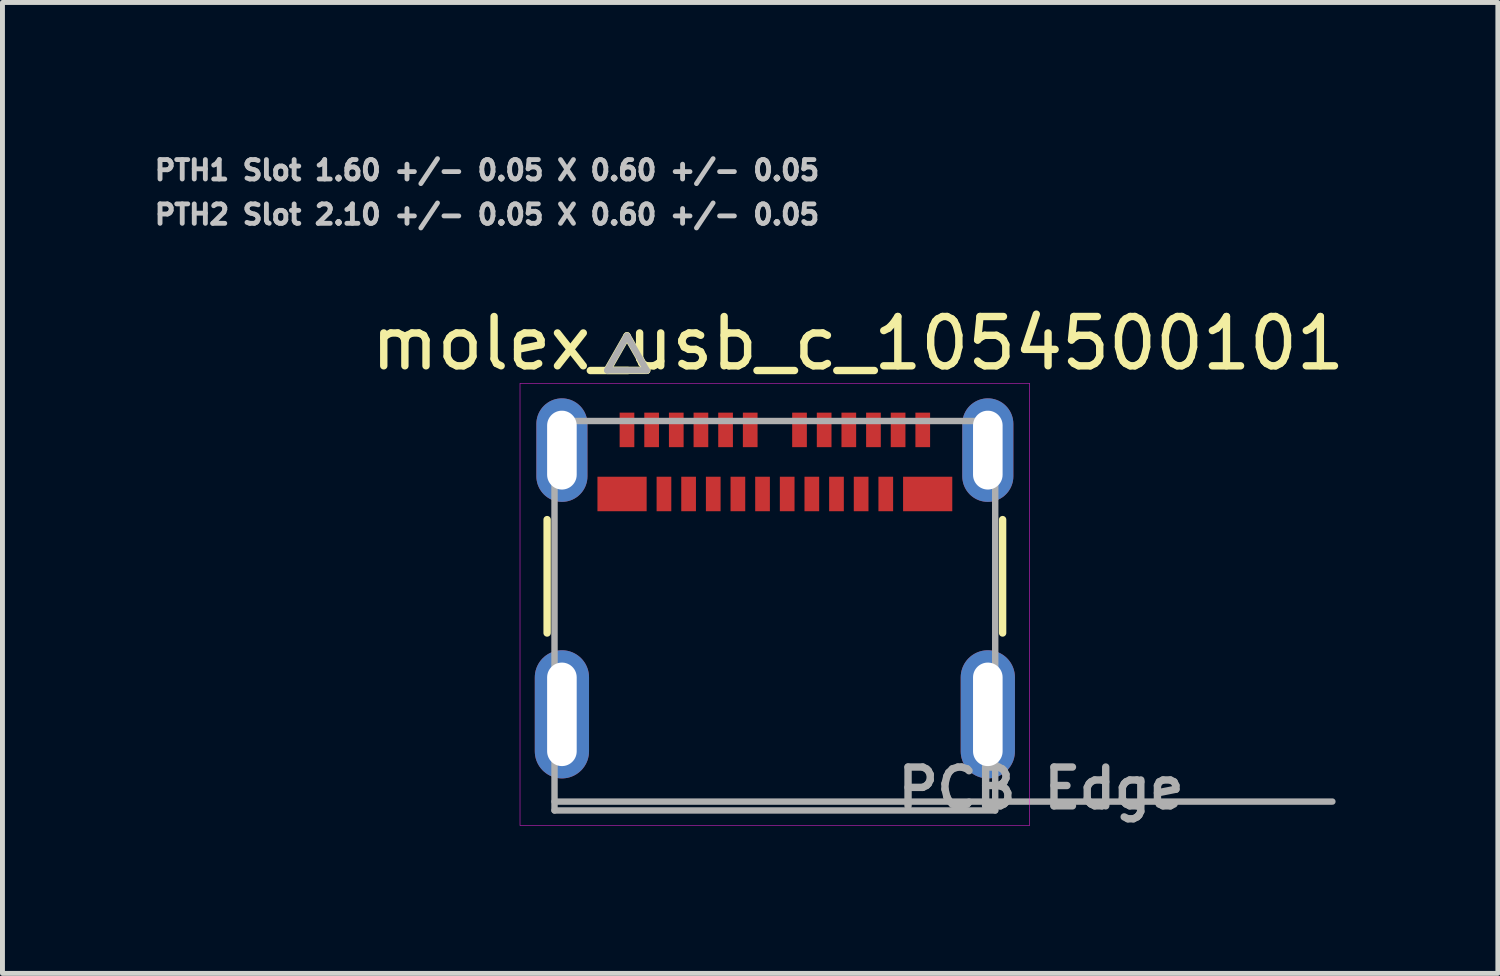
<source format=kicad_pcb>
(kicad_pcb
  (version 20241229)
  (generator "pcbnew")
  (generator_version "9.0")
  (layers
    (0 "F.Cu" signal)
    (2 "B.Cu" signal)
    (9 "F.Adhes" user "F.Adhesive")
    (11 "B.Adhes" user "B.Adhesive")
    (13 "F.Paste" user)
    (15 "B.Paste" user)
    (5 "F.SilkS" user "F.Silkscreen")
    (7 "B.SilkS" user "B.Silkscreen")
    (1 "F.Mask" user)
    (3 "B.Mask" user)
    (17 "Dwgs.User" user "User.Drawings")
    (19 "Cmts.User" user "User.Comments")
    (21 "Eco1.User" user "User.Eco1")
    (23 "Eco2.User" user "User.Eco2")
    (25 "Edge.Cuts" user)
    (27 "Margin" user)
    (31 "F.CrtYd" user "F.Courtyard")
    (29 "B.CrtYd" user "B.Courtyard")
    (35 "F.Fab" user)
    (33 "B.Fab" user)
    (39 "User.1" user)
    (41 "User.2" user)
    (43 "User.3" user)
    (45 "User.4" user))
  (footprint "molex_usb_c_1054500101"
    (layer "F.Cu")
    (at 12.669 13.211)
    (property "Reference" "molex_usb_c_1054500101" (at 1.685 -9.295 0) (layer "F.SilkS") (effects (font (size 1 1) (thickness 0.15))))
    (attr smd)
    (fp_poly (pts (xy -3.663 -6.654) (xy -2.538 -6.654) (xy -2.538 -5.827) (xy -3.663 -5.827)) (stroke (width 0.01) (type solid)) (fill yes) (layer "F.Mask"))
    (fp_poly (pts (xy -3.212 -7.954) (xy -2.788 -7.954) (xy -2.788 -7.127) (xy -3.212 -7.127)) (stroke (width 0.01) (type solid)) (fill yes) (layer "F.Mask"))
    (fp_poly (pts (xy -2.712 -7.954) (xy -2.288 -7.954) (xy -2.288 -7.127) (xy -2.712 -7.127)) (stroke (width 0.01) (type solid)) (fill yes) (layer "F.Mask"))
    (fp_poly (pts (xy -2.462 -6.654) (xy -2.038 -6.654) (xy -2.038 -5.827) (xy -2.462 -5.827)) (stroke (width 0.01) (type solid)) (fill yes) (layer "F.Mask"))
    (fp_poly (pts (xy -2.212 -7.954) (xy -1.788 -7.954) (xy -1.788 -7.127) (xy -2.212 -7.127)) (stroke (width 0.01) (type solid)) (fill yes) (layer "F.Mask"))
    (fp_poly (pts (xy -1.962 -6.654) (xy -1.538 -6.654) (xy -1.538 -5.827) (xy -1.962 -5.827)) (stroke (width 0.01) (type solid)) (fill yes) (layer "F.Mask"))
    (fp_poly (pts (xy -1.712 -7.954) (xy -1.288 -7.954) (xy -1.288 -7.127) (xy -1.712 -7.127)) (stroke (width 0.01) (type solid)) (fill yes) (layer "F.Mask"))
    (fp_poly (pts (xy -1.462 -6.654) (xy -1.038 -6.654) (xy -1.038 -5.827) (xy -1.462 -5.827)) (stroke (width 0.01) (type solid)) (fill yes) (layer "F.Mask"))
    (fp_poly (pts (xy -1.212 -7.954) (xy -0.787 -7.954) (xy -0.787 -7.127) (xy -1.212 -7.127)) (stroke (width 0.01) (type solid)) (fill yes) (layer "F.Mask"))
    (fp_poly (pts (xy -0.963 -6.654) (xy -0.537 -6.654) (xy -0.537 -5.827) (xy -0.963 -5.827)) (stroke (width 0.01) (type solid)) (fill yes) (layer "F.Mask"))
    (fp_poly (pts (xy -0.713 -7.954) (xy -0.287 -7.954) (xy -0.287 -7.127) (xy -0.713 -7.127)) (stroke (width 0.01) (type solid)) (fill yes) (layer "F.Mask"))
    (fp_poly (pts (xy -0.463 -6.654) (xy -0.037 -6.654) (xy -0.037 -5.827) (xy -0.463 -5.827)) (stroke (width 0.01) (type solid)) (fill yes) (layer "F.Mask"))
    (fp_poly (pts (xy 0.037 -6.654) (xy 0.463 -6.654) (xy 0.463 -5.827) (xy 0.037 -5.827)) (stroke (width 0.01) (type solid)) (fill yes) (layer "F.Mask"))
    (fp_poly (pts (xy 0.287 -7.954) (xy 0.713 -7.954) (xy 0.713 -7.127) (xy 0.287 -7.127)) (stroke (width 0.01) (type solid)) (fill yes) (layer "F.Mask"))
    (fp_poly (pts (xy 0.537 -6.654) (xy 0.963 -6.654) (xy 0.963 -5.827) (xy 0.537 -5.827)) (stroke (width 0.01) (type solid)) (fill yes) (layer "F.Mask"))
    (fp_poly (pts (xy 0.787 -7.954) (xy 1.212 -7.954) (xy 1.212 -7.127) (xy 0.787 -7.127)) (stroke (width 0.01) (type solid)) (fill yes) (layer "F.Mask"))
    (fp_poly (pts (xy 1.038 -6.654) (xy 1.462 -6.654) (xy 1.462 -5.827) (xy 1.038 -5.827)) (stroke (width 0.01) (type solid)) (fill yes) (layer "F.Mask"))
    (fp_poly (pts (xy 1.288 -7.954) (xy 1.712 -7.954) (xy 1.712 -7.127) (xy 1.288 -7.127)) (stroke (width 0.01) (type solid)) (fill yes) (layer "F.Mask"))
    (fp_poly (pts (xy 1.538 -6.654) (xy 1.962 -6.654) (xy 1.962 -5.827) (xy 1.538 -5.827)) (stroke (width 0.01) (type solid)) (fill yes) (layer "F.Mask"))
    (fp_poly (pts (xy 1.788 -7.954) (xy 2.212 -7.954) (xy 2.212 -7.127) (xy 1.788 -7.127)) (stroke (width 0.01) (type solid)) (fill yes) (layer "F.Mask"))
    (fp_poly (pts (xy 2.038 -6.654) (xy 2.462 -6.654) (xy 2.462 -5.827) (xy 2.038 -5.827)) (stroke (width 0.01) (type solid)) (fill yes) (layer "F.Mask"))
    (fp_poly (pts (xy 2.288 -7.954) (xy 2.712 -7.954) (xy 2.712 -7.127) (xy 2.288 -7.127)) (stroke (width 0.01) (type solid)) (fill yes) (layer "F.Mask"))
    (fp_poly (pts (xy 2.538 -6.654) (xy 3.663 -6.654) (xy 3.663 -5.827) (xy 2.538 -5.827)) (stroke (width 0.01) (type solid)) (fill yes) (layer "F.Mask"))
    (fp_poly (pts (xy 2.788 -7.954) (xy 3.212 -7.954) (xy 3.212 -7.127) (xy 2.788 -7.127)) (stroke (width 0.01) (type solid)) (fill yes) (layer "F.Mask"))
    (fp_line (start -4.62 -3.42) (end -4.62 -5.72) (stroke (width 0.15) (type solid)) (layer "F.SilkS"))
    (fp_line (start -3.4 -8.748) (end -2.6 -8.748) (stroke (width 0.15) (type solid)) (layer "F.SilkS"))
    (fp_line (start -3 -9.448) (end -3.4 -8.748) (stroke (width 0.15) (type solid)) (layer "F.SilkS"))
    (fp_line (start -2.6 -8.748) (end -3 -9.448) (stroke (width 0.15) (type solid)) (layer "F.SilkS"))
    (fp_line (start 4.62 -3.42) (end 4.62 -5.72) (stroke (width 0.15) (type solid)) (layer "F.SilkS"))
    (fp_line (start -5.17 -8.48) (end 5.17 -8.48) (stroke (width 0.01) (type solid)) (layer "F.CrtYd"))
    (fp_line (start -5.17 0.48) (end -5.17 -8.48) (stroke (width 0.01) (type solid)) (layer "F.CrtYd"))
    (fp_line (start 5.17 -8.48) (end 5.17 0.48) (stroke (width 0.01) (type solid)) (layer "F.CrtYd"))
    (fp_line (start 5.17 0.48) (end -5.17 0.48) (stroke (width 0.01) (type solid)) (layer "F.CrtYd"))
    (fp_line (start -4.47 -7.72) (end -4.47 0.18) (stroke (width 0.13) (type solid)) (layer "F.Fab"))
    (fp_line (start -4.47 0) (end 4.47 0) (stroke (width 0.13) (type solid)) (layer "F.Fab"))
    (fp_line (start -4.47 0.18) (end 4.47 0.18) (stroke (width 0.13) (type solid)) (layer "F.Fab"))
    (fp_line (start -3.4 -8.748) (end -2.6 -8.748) (stroke (width 0.13) (type solid)) (layer "F.Fab"))
    (fp_line (start -3 -9.448) (end -3.4 -8.748) (stroke (width 0.13) (type solid)) (layer "F.Fab"))
    (fp_line (start -2.6 -8.748) (end -3 -9.448) (stroke (width 0.13) (type solid)) (layer "F.Fab"))
    (fp_line (start 4.47 -7.72) (end -4.47 -7.72) (stroke (width 0.13) (type solid)) (layer "F.Fab"))
    (fp_line (start 4.47 0) (end 4.47 -7.72) (stroke (width 0.13) (type solid)) (layer "F.Fab"))
    (fp_line (start 4.47 0) (end 11.31 0) (stroke (width 0.13) (type solid)) (layer "F.Fab"))
    (fp_line (start 4.47 0.18) (end 4.47 0) (stroke (width 0.13) (type solid)) (layer "F.Fab"))
    (fp_text user "PTH2 Slot 2.10 +/- 0.05 X 0.60 +/- 0.05" (at -5.84 -11.908 0) (layer "Dwgs.User") (effects (font (size 0.394 0.394) (thickness 0.15))))
    (fp_text user "PTH1 Slot 1.60 +/- 0.05 X 0.60 +/- 0.05" (at -5.84 -12.807 0) (layer "Dwgs.User") (effects (font (size 0.394 0.394) (thickness 0.15))))
    (fp_text user "PCB Edge" (at 5.4 -0.27 0) (layer "F.Fab") (effects (font (size 0.787 0.787) (thickness 0.15))))
    (pad "A1" smd rect (at -3 -7.54) (size 0.298 0.7) (layers "F.Cu" "F.Paste"))
    (pad "A2" smd rect (at -2.5 -7.54) (size 0.298 0.7) (layers "F.Cu" "F.Paste"))
    (pad "A3" smd rect (at -2 -7.54) (size 0.298 0.7) (layers "F.Cu" "F.Paste"))
    (pad "A4" smd rect (at -1.5 -7.54) (size 0.298 0.7) (layers "F.Cu" "F.Paste"))
    (pad "A5" smd rect (at -1 -7.54) (size 0.298 0.7) (layers "F.Cu" "F.Paste"))
    (pad "A6" smd rect (at -0.5 -7.54) (size 0.298 0.7) (layers "F.Cu" "F.Paste"))
    (pad "A7" smd rect (at 0.5 -7.54) (size 0.298 0.7) (layers "F.Cu" "F.Paste"))
    (pad "A8" smd rect (at 1 -7.54) (size 0.298 0.7) (layers "F.Cu" "F.Paste"))
    (pad "A9" smd rect (at 1.5 -7.54) (size 0.298 0.7) (layers "F.Cu" "F.Paste"))
    (pad "A10" smd rect (at 2 -7.54) (size 0.298 0.7) (layers "F.Cu" "F.Paste"))
    (pad "A11" smd rect (at 2.5 -7.54) (size 0.298 0.7) (layers "F.Cu" "F.Paste"))
    (pad "A12" smd rect (at 3 -7.54) (size 0.298 0.7) (layers "F.Cu" "F.Paste"))
    (pad "B1" smd rect (at 3.1 -6.24) (size 0.998 0.7) (layers "F.Cu" "F.Paste"))
    (pad "B2" smd rect (at 2.25 -6.24) (size 0.298 0.7) (layers "F.Cu" "F.Paste"))
    (pad "B3" smd rect (at 1.75 -6.24) (size 0.298 0.7) (layers "F.Cu" "F.Paste"))
    (pad "B4" smd rect (at 1.25 -6.24) (size 0.298 0.7) (layers "F.Cu" "F.Paste"))
    (pad "B5" smd rect (at 0.75 -6.24) (size 0.298 0.7) (layers "F.Cu" "F.Paste"))
    (pad "B6" smd rect (at 0.25 -6.24) (size 0.298 0.7) (layers "F.Cu" "F.Paste"))
    (pad "B7" smd rect (at -0.25 -6.24) (size 0.298 0.7) (layers "F.Cu" "F.Paste"))
    (pad "B8" smd rect (at -0.75 -6.24) (size 0.298 0.7) (layers "F.Cu" "F.Paste"))
    (pad "B9" smd rect (at -1.25 -6.24) (size 0.298 0.7) (layers "F.Cu" "F.Paste"))
    (pad "B10" smd rect (at -1.75 -6.24) (size 0.298 0.7) (layers "F.Cu" "F.Paste"))
    (pad "B11" smd rect (at -2.25 -6.24) (size 0.298 0.7) (layers "F.Cu" "F.Paste"))
    (pad "B12" smd rect (at -3.1 -6.24) (size 0.998 0.7) (layers "F.Cu" "F.Paste"))
    (pad "SH1" thru_hole oval (at -4.32 -7.13) (size 1.036 2.1) (drill oval 0.6 1.6) (layers "*.Cu" "*.Mask"))
    (pad "SH2" thru_hole oval (at 4.32 -7.13) (size 1.036 2.1) (drill oval 0.6 1.6) (layers "*.Cu" "*.Mask"))
    (pad "SH3" thru_hole oval (at -4.32 -1.77) (size 1.1 2.6) (drill oval 0.6 2.1) (layers "*.Cu" "*.Mask"))
    (pad "SH4" thru_hole oval (at 4.32 -1.77) (size 1.1 2.6) (drill oval 0.6 2.1) (layers "*.Cu" "*.Mask"))
    (zone (net_name "") (layer "F.Cu") (hatch full 0.508) (connect_pads) (min_thickness 0.01) (filled_areas_thickness no) (keepout (tracks not_allowed) (vias not_allowed) (pads not_allowed) (copperpour not_allowed) (footprints allowed)) (placement (enabled no)) (fill) (polygon (pts (xy 9.169 7.561) (xy 16.169 7.561) (xy 16.169 13.211) (xy 9.169 13.211))))
    (zone (net_name "") (layers "F.Cu" "B.Cu") (hatch full 0.508) (connect_pads) (min_thickness 0.01) (filled_areas_thickness no) (keepout (tracks allowed) (vias not_allowed) (pads allowed) (copperpour allowed) (footprints allowed)) (placement (enabled no)) (fill) (polygon (pts (xy 9.169 7.561) (xy 16.169 7.561) (xy 16.169 13.211) (xy 9.169 13.211)))))
  (gr_rect
    (start -3 -3)
    (end 27.336 16.696)
    (stroke (width 0.1) (type default))
    (fill no)
    (layer "Edge.Cuts")))
</source>
